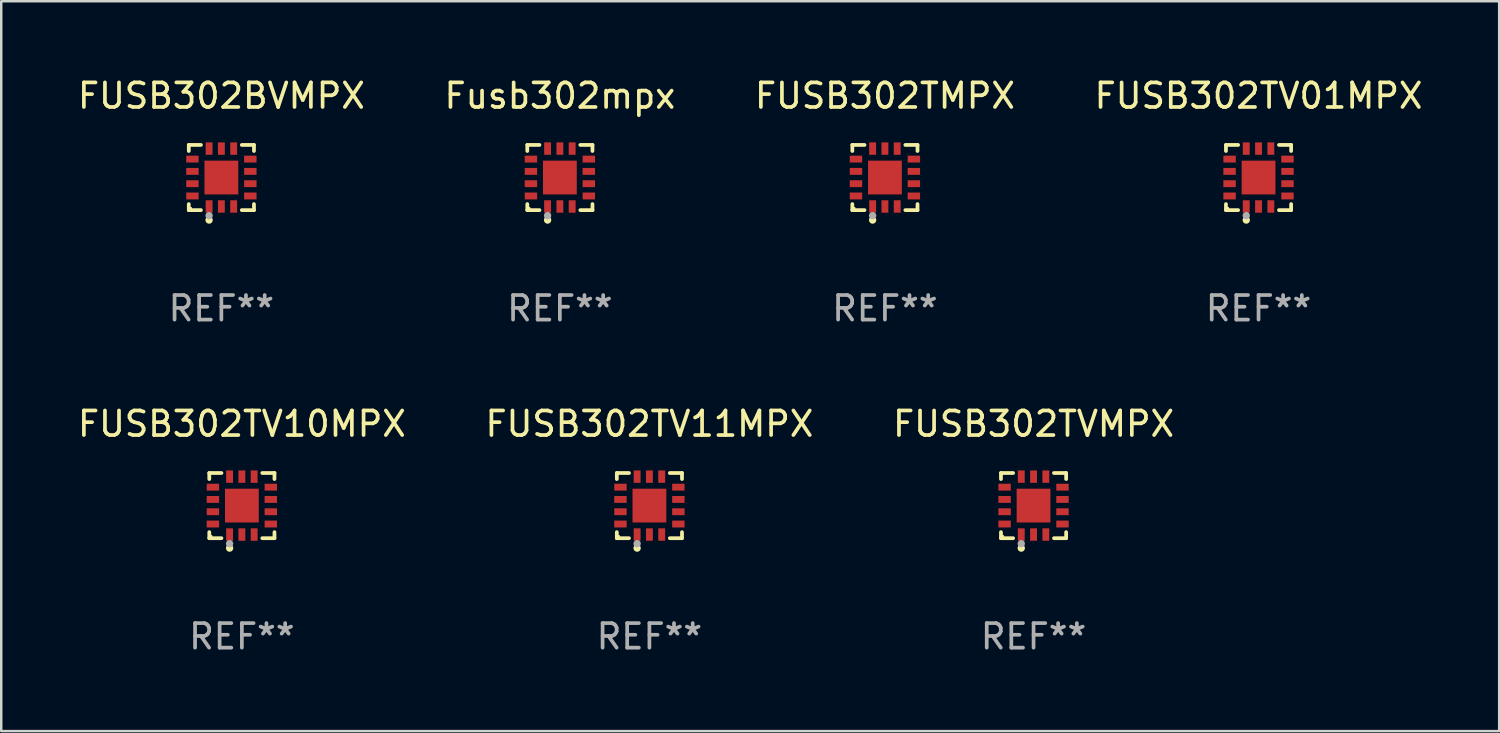
<source format=kicad_pcb>
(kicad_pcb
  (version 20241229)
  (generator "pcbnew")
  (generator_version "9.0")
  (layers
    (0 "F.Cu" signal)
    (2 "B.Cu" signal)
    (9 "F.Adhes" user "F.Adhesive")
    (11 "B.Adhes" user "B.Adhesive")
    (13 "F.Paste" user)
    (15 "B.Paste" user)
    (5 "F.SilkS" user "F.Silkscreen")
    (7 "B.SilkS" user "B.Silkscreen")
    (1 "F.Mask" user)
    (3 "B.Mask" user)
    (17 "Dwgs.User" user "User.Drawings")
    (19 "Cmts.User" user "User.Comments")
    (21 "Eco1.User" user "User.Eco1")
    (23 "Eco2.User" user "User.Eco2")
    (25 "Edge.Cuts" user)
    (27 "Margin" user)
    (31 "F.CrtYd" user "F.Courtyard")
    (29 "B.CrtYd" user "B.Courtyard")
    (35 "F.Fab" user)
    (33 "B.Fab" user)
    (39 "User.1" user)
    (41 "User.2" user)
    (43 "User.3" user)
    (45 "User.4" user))
  (footprint "FUSB302TVMPX"
    (layer "F.Cu")
    (at 39.006 17.523)
    (property "Reference" "FUSB302TVMPX" (at 0 -3.326 0) (layer "F.SilkS") (effects (font (size 1 1) (thickness 0.15))))
    (attr through_hole)
    (fp_line (start -1.326 -1.326) (end -0.831 -1.326) (stroke (width 0.152) (type solid)) (layer "F.SilkS"))
    (fp_line (start -1.326 -1.08) (end -1.326 -1.326) (stroke (width 0.152) (type solid)) (layer "F.SilkS"))
    (fp_line (start -1.326 1.08) (end -1.326 1.326) (stroke (width 0.152) (type solid)) (layer "F.SilkS"))
    (fp_line (start -1.326 1.326) (end -0.831 1.326) (stroke (width 0.152) (type solid)) (layer "F.SilkS"))
    (fp_line (start 1.326 -1.326) (end 0.831 -1.326) (stroke (width 0.152) (type solid)) (layer "F.SilkS"))
    (fp_line (start 1.326 -1.08) (end 1.326 -1.326) (stroke (width 0.152) (type solid)) (layer "F.SilkS"))
    (fp_line (start 1.326 1.08) (end 1.326 1.326) (stroke (width 0.152) (type solid)) (layer "F.SilkS"))
    (fp_line (start 1.326 1.326) (end 0.831 1.326) (stroke (width 0.152) (type solid)) (layer "F.SilkS"))
    (fp_circle (center -1.25 1.25) (end -1.22 1.25) (stroke (width 0.06) (type solid)) (fill no) (layer "F.SilkS"))
    (fp_circle (center -0.5 1.73) (end -0.425 1.73) (stroke (width 0.15) (type solid)) (fill no) (layer "F.SilkS"))
    (fp_circle (center -0.5 1.55) (end -0.425 1.55) (stroke (width 0.15) (type solid)) (fill no) (layer "F.Fab"))
    (fp_text user "REF**" (at 0 5.326 0) (layer "F.Fab") (effects (font (size 1 1) (thickness 0.15))))
    (pad "1" smd rect (at -0.5 1.178) (size 0.28 0.505) (layers "F.Cu" "F.Mask" "F.Paste"))
    (pad "2" smd rect (at 0 1.178) (size 0.28 0.505) (layers "F.Cu" "F.Mask" "F.Paste"))
    (pad "3" smd rect (at 0.5 1.178) (size 0.28 0.505) (layers "F.Cu" "F.Mask" "F.Paste"))
    (pad "4" smd rect (at 1.178 0.75) (size 0.505 0.28) (layers "F.Cu" "F.Mask" "F.Paste"))
    (pad "5" smd rect (at 1.178 0.25) (size 0.505 0.28) (layers "F.Cu" "F.Mask" "F.Paste"))
    (pad "6" smd rect (at 1.178 -0.25) (size 0.505 0.28) (layers "F.Cu" "F.Mask" "F.Paste"))
    (pad "7" smd rect (at 1.178 -0.75) (size 0.505 0.28) (layers "F.Cu" "F.Mask" "F.Paste"))
    (pad "8" smd rect (at 0.5 -1.178) (size 0.28 0.505) (layers "F.Cu" "F.Mask" "F.Paste"))
    (pad "9" smd rect (at 0 -1.178) (size 0.28 0.505) (layers "F.Cu" "F.Mask" "F.Paste"))
    (pad "10" smd rect (at -0.5 -1.178) (size 0.28 0.505) (layers "F.Cu" "F.Mask" "F.Paste"))
    (pad "11" smd rect (at -1.178 -0.75) (size 0.505 0.28) (layers "F.Cu" "F.Mask" "F.Paste"))
    (pad "12" smd rect (at -1.178 -0.25) (size 0.505 0.28) (layers "F.Cu" "F.Mask" "F.Paste"))
    (pad "13" smd rect (at -1.178 0.25) (size 0.505 0.28) (layers "F.Cu" "F.Mask" "F.Paste"))
    (pad "14" smd rect (at -1.178 0.75) (size 0.505 0.28) (layers "F.Cu" "F.Mask" "F.Paste"))
    (pad "15" smd rect (at 0 0) (size 1.375 1.375) (layers "F.Cu" "F.Mask" "F.Paste")))
  (footprint "FUSB302TV10MPX"
    (layer "F.Cu")
    (at 6.792 17.523)
    (property "Reference" "FUSB302TV10MPX" (at 0 -3.326 0) (layer "F.SilkS") (effects (font (size 1 1) (thickness 0.15))))
    (attr through_hole)
    (fp_line (start -1.326 -1.326) (end -0.831 -1.326) (stroke (width 0.152) (type solid)) (layer "F.SilkS"))
    (fp_line (start -1.326 -1.08) (end -1.326 -1.326) (stroke (width 0.152) (type solid)) (layer "F.SilkS"))
    (fp_line (start -1.326 1.08) (end -1.326 1.326) (stroke (width 0.152) (type solid)) (layer "F.SilkS"))
    (fp_line (start -1.326 1.326) (end -0.831 1.326) (stroke (width 0.152) (type solid)) (layer "F.SilkS"))
    (fp_line (start 1.326 -1.326) (end 0.831 -1.326) (stroke (width 0.152) (type solid)) (layer "F.SilkS"))
    (fp_line (start 1.326 -1.08) (end 1.326 -1.326) (stroke (width 0.152) (type solid)) (layer "F.SilkS"))
    (fp_line (start 1.326 1.08) (end 1.326 1.326) (stroke (width 0.152) (type solid)) (layer "F.SilkS"))
    (fp_line (start 1.326 1.326) (end 0.831 1.326) (stroke (width 0.152) (type solid)) (layer "F.SilkS"))
    (fp_circle (center -1.25 1.25) (end -1.22 1.25) (stroke (width 0.06) (type solid)) (fill no) (layer "F.SilkS"))
    (fp_circle (center -0.5 1.73) (end -0.425 1.73) (stroke (width 0.15) (type solid)) (fill no) (layer "F.SilkS"))
    (fp_circle (center -0.5 1.55) (end -0.425 1.55) (stroke (width 0.15) (type solid)) (fill no) (layer "F.Fab"))
    (fp_text user "REF**" (at 0 5.326 0) (layer "F.Fab") (effects (font (size 1 1) (thickness 0.15))))
    (pad "1" smd rect (at -0.5 1.178) (size 0.28 0.505) (layers "F.Cu" "F.Mask" "F.Paste"))
    (pad "2" smd rect (at 0 1.178) (size 0.28 0.505) (layers "F.Cu" "F.Mask" "F.Paste"))
    (pad "3" smd rect (at 0.5 1.178) (size 0.28 0.505) (layers "F.Cu" "F.Mask" "F.Paste"))
    (pad "4" smd rect (at 1.178 0.75) (size 0.505 0.28) (layers "F.Cu" "F.Mask" "F.Paste"))
    (pad "5" smd rect (at 1.178 0.25) (size 0.505 0.28) (layers "F.Cu" "F.Mask" "F.Paste"))
    (pad "6" smd rect (at 1.178 -0.25) (size 0.505 0.28) (layers "F.Cu" "F.Mask" "F.Paste"))
    (pad "7" smd rect (at 1.178 -0.75) (size 0.505 0.28) (layers "F.Cu" "F.Mask" "F.Paste"))
    (pad "8" smd rect (at 0.5 -1.178) (size 0.28 0.505) (layers "F.Cu" "F.Mask" "F.Paste"))
    (pad "9" smd rect (at 0 -1.178) (size 0.28 0.505) (layers "F.Cu" "F.Mask" "F.Paste"))
    (pad "10" smd rect (at -0.5 -1.178) (size 0.28 0.505) (layers "F.Cu" "F.Mask" "F.Paste"))
    (pad "11" smd rect (at -1.178 -0.75) (size 0.505 0.28) (layers "F.Cu" "F.Mask" "F.Paste"))
    (pad "12" smd rect (at -1.178 -0.25) (size 0.505 0.28) (layers "F.Cu" "F.Mask" "F.Paste"))
    (pad "13" smd rect (at -1.178 0.25) (size 0.505 0.28) (layers "F.Cu" "F.Mask" "F.Paste"))
    (pad "14" smd rect (at -1.178 0.75) (size 0.505 0.28) (layers "F.Cu" "F.Mask" "F.Paste"))
    (pad "15" smd rect (at 0 0) (size 1.375 1.375) (layers "F.Cu" "F.Mask" "F.Paste")))
  (footprint "FUSB302TMPX"
    (layer "F.Cu")
    (at 32.958 4.174)
    (property "Reference" "FUSB302TMPX" (at 0 -3.326 0) (layer "F.SilkS") (effects (font (size 1 1) (thickness 0.15))))
    (attr through_hole)
    (fp_line (start -1.326 -1.326) (end -0.831 -1.326) (stroke (width 0.152) (type solid)) (layer "F.SilkS"))
    (fp_line (start -1.326 -1.08) (end -1.326 -1.326) (stroke (width 0.152) (type solid)) (layer "F.SilkS"))
    (fp_line (start -1.326 1.08) (end -1.326 1.326) (stroke (width 0.152) (type solid)) (layer "F.SilkS"))
    (fp_line (start -1.326 1.326) (end -0.831 1.326) (stroke (width 0.152) (type solid)) (layer "F.SilkS"))
    (fp_line (start 1.326 -1.326) (end 0.831 -1.326) (stroke (width 0.152) (type solid)) (layer "F.SilkS"))
    (fp_line (start 1.326 -1.08) (end 1.326 -1.326) (stroke (width 0.152) (type solid)) (layer "F.SilkS"))
    (fp_line (start 1.326 1.08) (end 1.326 1.326) (stroke (width 0.152) (type solid)) (layer "F.SilkS"))
    (fp_line (start 1.326 1.326) (end 0.831 1.326) (stroke (width 0.152) (type solid)) (layer "F.SilkS"))
    (fp_circle (center -1.25 1.25) (end -1.22 1.25) (stroke (width 0.06) (type solid)) (fill no) (layer "F.SilkS"))
    (fp_circle (center -0.5 1.73) (end -0.425 1.73) (stroke (width 0.15) (type solid)) (fill no) (layer "F.SilkS"))
    (fp_circle (center -0.5 1.55) (end -0.425 1.55) (stroke (width 0.15) (type solid)) (fill no) (layer "F.Fab"))
    (fp_text user "REF**" (at 0 5.326 0) (layer "F.Fab") (effects (font (size 1 1) (thickness 0.15))))
    (pad "1" smd rect (at -0.5 1.178) (size 0.28 0.505) (layers "F.Cu" "F.Mask" "F.Paste"))
    (pad "2" smd rect (at 0 1.178) (size 0.28 0.505) (layers "F.Cu" "F.Mask" "F.Paste"))
    (pad "3" smd rect (at 0.5 1.178) (size 0.28 0.505) (layers "F.Cu" "F.Mask" "F.Paste"))
    (pad "4" smd rect (at 1.178 0.75) (size 0.505 0.28) (layers "F.Cu" "F.Mask" "F.Paste"))
    (pad "5" smd rect (at 1.178 0.25) (size 0.505 0.28) (layers "F.Cu" "F.Mask" "F.Paste"))
    (pad "6" smd rect (at 1.178 -0.25) (size 0.505 0.28) (layers "F.Cu" "F.Mask" "F.Paste"))
    (pad "7" smd rect (at 1.178 -0.75) (size 0.505 0.28) (layers "F.Cu" "F.Mask" "F.Paste"))
    (pad "8" smd rect (at 0.5 -1.178) (size 0.28 0.505) (layers "F.Cu" "F.Mask" "F.Paste"))
    (pad "9" smd rect (at 0 -1.178) (size 0.28 0.505) (layers "F.Cu" "F.Mask" "F.Paste"))
    (pad "10" smd rect (at -0.5 -1.178) (size 0.28 0.505) (layers "F.Cu" "F.Mask" "F.Paste"))
    (pad "11" smd rect (at -1.178 -0.75) (size 0.505 0.28) (layers "F.Cu" "F.Mask" "F.Paste"))
    (pad "12" smd rect (at -1.178 -0.25) (size 0.505 0.28) (layers "F.Cu" "F.Mask" "F.Paste"))
    (pad "13" smd rect (at -1.178 0.25) (size 0.505 0.28) (layers "F.Cu" "F.Mask" "F.Paste"))
    (pad "14" smd rect (at -1.178 0.75) (size 0.505 0.28) (layers "F.Cu" "F.Mask" "F.Paste"))
    (pad "15" smd rect (at 0 0) (size 1.375 1.375) (layers "F.Cu" "F.Mask" "F.Paste")))
  (footprint "Fusb302mpx"
    (layer "F.Cu")
    (at 19.732 4.174)
    (property "Reference" "Fusb302mpx" (at 0 -3.326 0) (layer "F.SilkS") (effects (font (size 1 1) (thickness 0.15))))
    (attr through_hole)
    (fp_line (start -1.326 -1.326) (end -0.831 -1.326) (stroke (width 0.152) (type solid)) (layer "F.SilkS"))
    (fp_line (start -1.326 -1.08) (end -1.326 -1.326) (stroke (width 0.152) (type solid)) (layer "F.SilkS"))
    (fp_line (start -1.326 1.08) (end -1.326 1.326) (stroke (width 0.152) (type solid)) (layer "F.SilkS"))
    (fp_line (start -1.326 1.326) (end -0.831 1.326) (stroke (width 0.152) (type solid)) (layer "F.SilkS"))
    (fp_line (start 1.326 -1.326) (end 0.831 -1.326) (stroke (width 0.152) (type solid)) (layer "F.SilkS"))
    (fp_line (start 1.326 -1.08) (end 1.326 -1.326) (stroke (width 0.152) (type solid)) (layer "F.SilkS"))
    (fp_line (start 1.326 1.08) (end 1.326 1.326) (stroke (width 0.152) (type solid)) (layer "F.SilkS"))
    (fp_line (start 1.326 1.326) (end 0.831 1.326) (stroke (width 0.152) (type solid)) (layer "F.SilkS"))
    (fp_circle (center -1.25 1.25) (end -1.22 1.25) (stroke (width 0.06) (type solid)) (fill no) (layer "F.SilkS"))
    (fp_circle (center -0.5 1.73) (end -0.425 1.73) (stroke (width 0.15) (type solid)) (fill no) (layer "F.SilkS"))
    (fp_circle (center -0.5 1.55) (end -0.425 1.55) (stroke (width 0.15) (type solid)) (fill no) (layer "F.Fab"))
    (fp_text user "REF**" (at 0 5.326 0) (layer "F.Fab") (effects (font (size 1 1) (thickness 0.15))))
    (pad "1" smd rect (at -0.5 1.178) (size 0.28 0.505) (layers "F.Cu" "F.Mask" "F.Paste"))
    (pad "2" smd rect (at 0 1.178) (size 0.28 0.505) (layers "F.Cu" "F.Mask" "F.Paste"))
    (pad "3" smd rect (at 0.5 1.178) (size 0.28 0.505) (layers "F.Cu" "F.Mask" "F.Paste"))
    (pad "4" smd rect (at 1.178 0.75) (size 0.505 0.28) (layers "F.Cu" "F.Mask" "F.Paste"))
    (pad "5" smd rect (at 1.178 0.25) (size 0.505 0.28) (layers "F.Cu" "F.Mask" "F.Paste"))
    (pad "6" smd rect (at 1.178 -0.25) (size 0.505 0.28) (layers "F.Cu" "F.Mask" "F.Paste"))
    (pad "7" smd rect (at 1.178 -0.75) (size 0.505 0.28) (layers "F.Cu" "F.Mask" "F.Paste"))
    (pad "8" smd rect (at 0.5 -1.178) (size 0.28 0.505) (layers "F.Cu" "F.Mask" "F.Paste"))
    (pad "9" smd rect (at 0 -1.178) (size 0.28 0.505) (layers "F.Cu" "F.Mask" "F.Paste"))
    (pad "10" smd rect (at -0.5 -1.178) (size 0.28 0.505) (layers "F.Cu" "F.Mask" "F.Paste"))
    (pad "11" smd rect (at -1.178 -0.75) (size 0.505 0.28) (layers "F.Cu" "F.Mask" "F.Paste"))
    (pad "12" smd rect (at -1.178 -0.25) (size 0.505 0.28) (layers "F.Cu" "F.Mask" "F.Paste"))
    (pad "13" smd rect (at -1.178 0.25) (size 0.505 0.28) (layers "F.Cu" "F.Mask" "F.Paste"))
    (pad "14" smd rect (at -1.178 0.75) (size 0.505 0.28) (layers "F.Cu" "F.Mask" "F.Paste"))
    (pad "15" smd rect (at 0 0) (size 1.375 1.375) (layers "F.Cu" "F.Mask" "F.Paste")))
  (footprint "FUSB302TV01MPX"
    (layer "F.Cu")
    (at 48.161 4.174)
    (property "Reference" "FUSB302TV01MPX" (at 0 -3.326 0) (layer "F.SilkS") (effects (font (size 1 1) (thickness 0.15))))
    (attr through_hole)
    (fp_line (start -1.326 -1.326) (end -0.831 -1.326) (stroke (width 0.152) (type solid)) (layer "F.SilkS"))
    (fp_line (start -1.326 -1.08) (end -1.326 -1.326) (stroke (width 0.152) (type solid)) (layer "F.SilkS"))
    (fp_line (start -1.326 1.08) (end -1.326 1.326) (stroke (width 0.152) (type solid)) (layer "F.SilkS"))
    (fp_line (start -1.326 1.326) (end -0.831 1.326) (stroke (width 0.152) (type solid)) (layer "F.SilkS"))
    (fp_line (start 1.326 -1.326) (end 0.831 -1.326) (stroke (width 0.152) (type solid)) (layer "F.SilkS"))
    (fp_line (start 1.326 -1.08) (end 1.326 -1.326) (stroke (width 0.152) (type solid)) (layer "F.SilkS"))
    (fp_line (start 1.326 1.08) (end 1.326 1.326) (stroke (width 0.152) (type solid)) (layer "F.SilkS"))
    (fp_line (start 1.326 1.326) (end 0.831 1.326) (stroke (width 0.152) (type solid)) (layer "F.SilkS"))
    (fp_circle (center -1.25 1.25) (end -1.22 1.25) (stroke (width 0.06) (type solid)) (fill no) (layer "F.SilkS"))
    (fp_circle (center -0.5 1.73) (end -0.425 1.73) (stroke (width 0.15) (type solid)) (fill no) (layer "F.SilkS"))
    (fp_circle (center -0.5 1.55) (end -0.425 1.55) (stroke (width 0.15) (type solid)) (fill no) (layer "F.Fab"))
    (fp_text user "REF**" (at 0 5.326 0) (layer "F.Fab") (effects (font (size 1 1) (thickness 0.15))))
    (pad "1" smd rect (at -0.5 1.178) (size 0.28 0.505) (layers "F.Cu" "F.Mask" "F.Paste"))
    (pad "2" smd rect (at 0 1.178) (size 0.28 0.505) (layers "F.Cu" "F.Mask" "F.Paste"))
    (pad "3" smd rect (at 0.5 1.178) (size 0.28 0.505) (layers "F.Cu" "F.Mask" "F.Paste"))
    (pad "4" smd rect (at 1.178 0.75) (size 0.505 0.28) (layers "F.Cu" "F.Mask" "F.Paste"))
    (pad "5" smd rect (at 1.178 0.25) (size 0.505 0.28) (layers "F.Cu" "F.Mask" "F.Paste"))
    (pad "6" smd rect (at 1.178 -0.25) (size 0.505 0.28) (layers "F.Cu" "F.Mask" "F.Paste"))
    (pad "7" smd rect (at 1.178 -0.75) (size 0.505 0.28) (layers "F.Cu" "F.Mask" "F.Paste"))
    (pad "8" smd rect (at 0.5 -1.178) (size 0.28 0.505) (layers "F.Cu" "F.Mask" "F.Paste"))
    (pad "9" smd rect (at 0 -1.178) (size 0.28 0.505) (layers "F.Cu" "F.Mask" "F.Paste"))
    (pad "10" smd rect (at -0.5 -1.178) (size 0.28 0.505) (layers "F.Cu" "F.Mask" "F.Paste"))
    (pad "11" smd rect (at -1.178 -0.75) (size 0.505 0.28) (layers "F.Cu" "F.Mask" "F.Paste"))
    (pad "12" smd rect (at -1.178 -0.25) (size 0.505 0.28) (layers "F.Cu" "F.Mask" "F.Paste"))
    (pad "13" smd rect (at -1.178 0.25) (size 0.505 0.28) (layers "F.Cu" "F.Mask" "F.Paste"))
    (pad "14" smd rect (at -1.178 0.75) (size 0.505 0.28) (layers "F.Cu" "F.Mask" "F.Paste"))
    (pad "15" smd rect (at 0 0) (size 1.375 1.375) (layers "F.Cu" "F.Mask" "F.Paste")))
  (footprint "FUSB302TV11MPX"
    (layer "F.Cu")
    (at 23.375 17.523)
    (property "Reference" "FUSB302TV11MPX" (at 0 -3.326 0) (layer "F.SilkS") (effects (font (size 1 1) (thickness 0.15))))
    (attr through_hole)
    (fp_line (start -1.326 -1.326) (end -0.831 -1.326) (stroke (width 0.152) (type solid)) (layer "F.SilkS"))
    (fp_line (start -1.326 -1.08) (end -1.326 -1.326) (stroke (width 0.152) (type solid)) (layer "F.SilkS"))
    (fp_line (start -1.326 1.08) (end -1.326 1.326) (stroke (width 0.152) (type solid)) (layer "F.SilkS"))
    (fp_line (start -1.326 1.326) (end -0.831 1.326) (stroke (width 0.152) (type solid)) (layer "F.SilkS"))
    (fp_line (start 1.326 -1.326) (end 0.831 -1.326) (stroke (width 0.152) (type solid)) (layer "F.SilkS"))
    (fp_line (start 1.326 -1.08) (end 1.326 -1.326) (stroke (width 0.152) (type solid)) (layer "F.SilkS"))
    (fp_line (start 1.326 1.08) (end 1.326 1.326) (stroke (width 0.152) (type solid)) (layer "F.SilkS"))
    (fp_line (start 1.326 1.326) (end 0.831 1.326) (stroke (width 0.152) (type solid)) (layer "F.SilkS"))
    (fp_circle (center -1.25 1.25) (end -1.22 1.25) (stroke (width 0.06) (type solid)) (fill no) (layer "F.SilkS"))
    (fp_circle (center -0.5 1.73) (end -0.425 1.73) (stroke (width 0.15) (type solid)) (fill no) (layer "F.SilkS"))
    (fp_circle (center -0.5 1.55) (end -0.425 1.55) (stroke (width 0.15) (type solid)) (fill no) (layer "F.Fab"))
    (fp_text user "REF**" (at 0 5.326 0) (layer "F.Fab") (effects (font (size 1 1) (thickness 0.15))))
    (pad "1" smd rect (at -0.5 1.178) (size 0.28 0.505) (layers "F.Cu" "F.Mask" "F.Paste"))
    (pad "2" smd rect (at 0 1.178) (size 0.28 0.505) (layers "F.Cu" "F.Mask" "F.Paste"))
    (pad "3" smd rect (at 0.5 1.178) (size 0.28 0.505) (layers "F.Cu" "F.Mask" "F.Paste"))
    (pad "4" smd rect (at 1.178 0.75) (size 0.505 0.28) (layers "F.Cu" "F.Mask" "F.Paste"))
    (pad "5" smd rect (at 1.178 0.25) (size 0.505 0.28) (layers "F.Cu" "F.Mask" "F.Paste"))
    (pad "6" smd rect (at 1.178 -0.25) (size 0.505 0.28) (layers "F.Cu" "F.Mask" "F.Paste"))
    (pad "7" smd rect (at 1.178 -0.75) (size 0.505 0.28) (layers "F.Cu" "F.Mask" "F.Paste"))
    (pad "8" smd rect (at 0.5 -1.178) (size 0.28 0.505) (layers "F.Cu" "F.Mask" "F.Paste"))
    (pad "9" smd rect (at 0 -1.178) (size 0.28 0.505) (layers "F.Cu" "F.Mask" "F.Paste"))
    (pad "10" smd rect (at -0.5 -1.178) (size 0.28 0.505) (layers "F.Cu" "F.Mask" "F.Paste"))
    (pad "11" smd rect (at -1.178 -0.75) (size 0.505 0.28) (layers "F.Cu" "F.Mask" "F.Paste"))
    (pad "12" smd rect (at -1.178 -0.25) (size 0.505 0.28) (layers "F.Cu" "F.Mask" "F.Paste"))
    (pad "13" smd rect (at -1.178 0.25) (size 0.505 0.28) (layers "F.Cu" "F.Mask" "F.Paste"))
    (pad "14" smd rect (at -1.178 0.75) (size 0.505 0.28) (layers "F.Cu" "F.Mask" "F.Paste"))
    (pad "15" smd rect (at 0 0) (size 1.375 1.375) (layers "F.Cu" "F.Mask" "F.Paste")))
  (footprint "FUSB302BVMPX"
    (layer "F.Cu")
    (at 5.958 4.174)
    (property "Reference" "FUSB302BVMPX" (at 0 -3.326 0) (layer "F.SilkS") (effects (font (size 1 1) (thickness 0.15))))
    (attr through_hole)
    (fp_line (start -1.326 -1.326) (end -0.831 -1.326) (stroke (width 0.152) (type solid)) (layer "F.SilkS"))
    (fp_line (start -1.326 -1.08) (end -1.326 -1.326) (stroke (width 0.152) (type solid)) (layer "F.SilkS"))
    (fp_line (start -1.326 1.08) (end -1.326 1.326) (stroke (width 0.152) (type solid)) (layer "F.SilkS"))
    (fp_line (start -1.326 1.326) (end -0.831 1.326) (stroke (width 0.152) (type solid)) (layer "F.SilkS"))
    (fp_line (start 1.326 -1.326) (end 0.831 -1.326) (stroke (width 0.152) (type solid)) (layer "F.SilkS"))
    (fp_line (start 1.326 -1.08) (end 1.326 -1.326) (stroke (width 0.152) (type solid)) (layer "F.SilkS"))
    (fp_line (start 1.326 1.08) (end 1.326 1.326) (stroke (width 0.152) (type solid)) (layer "F.SilkS"))
    (fp_line (start 1.326 1.326) (end 0.831 1.326) (stroke (width 0.152) (type solid)) (layer "F.SilkS"))
    (fp_circle (center -1.25 1.25) (end -1.22 1.25) (stroke (width 0.06) (type solid)) (fill no) (layer "F.SilkS"))
    (fp_circle (center -0.5 1.73) (end -0.425 1.73) (stroke (width 0.15) (type solid)) (fill no) (layer "F.SilkS"))
    (fp_circle (center -0.5 1.55) (end -0.425 1.55) (stroke (width 0.15) (type solid)) (fill no) (layer "F.Fab"))
    (fp_text user "REF**" (at 0 5.326 0) (layer "F.Fab") (effects (font (size 1 1) (thickness 0.15))))
    (pad "1" smd rect (at -0.5 1.178) (size 0.28 0.505) (layers "F.Cu" "F.Mask" "F.Paste"))
    (pad "2" smd rect (at 0 1.178) (size 0.28 0.505) (layers "F.Cu" "F.Mask" "F.Paste"))
    (pad "3" smd rect (at 0.5 1.178) (size 0.28 0.505) (layers "F.Cu" "F.Mask" "F.Paste"))
    (pad "4" smd rect (at 1.178 0.75) (size 0.505 0.28) (layers "F.Cu" "F.Mask" "F.Paste"))
    (pad "5" smd rect (at 1.178 0.25) (size 0.505 0.28) (layers "F.Cu" "F.Mask" "F.Paste"))
    (pad "6" smd rect (at 1.178 -0.25) (size 0.505 0.28) (layers "F.Cu" "F.Mask" "F.Paste"))
    (pad "7" smd rect (at 1.178 -0.75) (size 0.505 0.28) (layers "F.Cu" "F.Mask" "F.Paste"))
    (pad "8" smd rect (at 0.5 -1.178) (size 0.28 0.505) (layers "F.Cu" "F.Mask" "F.Paste"))
    (pad "9" smd rect (at 0 -1.178) (size 0.28 0.505) (layers "F.Cu" "F.Mask" "F.Paste"))
    (pad "10" smd rect (at -0.5 -1.178) (size 0.28 0.505) (layers "F.Cu" "F.Mask" "F.Paste"))
    (pad "11" smd rect (at -1.178 -0.75) (size 0.505 0.28) (layers "F.Cu" "F.Mask" "F.Paste"))
    (pad "12" smd rect (at -1.178 -0.25) (size 0.505 0.28) (layers "F.Cu" "F.Mask" "F.Paste"))
    (pad "13" smd rect (at -1.178 0.25) (size 0.505 0.28) (layers "F.Cu" "F.Mask" "F.Paste"))
    (pad "14" smd rect (at -1.178 0.75) (size 0.505 0.28) (layers "F.Cu" "F.Mask" "F.Paste"))
    (pad "15" smd rect (at 0 0) (size 1.375 1.375) (layers "F.Cu" "F.Mask" "F.Paste")))
  (gr_rect
    (start -3 -3)
    (end 57.952 26.698)
    (stroke (width 0.1) (type default))
    (fill no)
    (layer "Edge.Cuts")))
</source>
